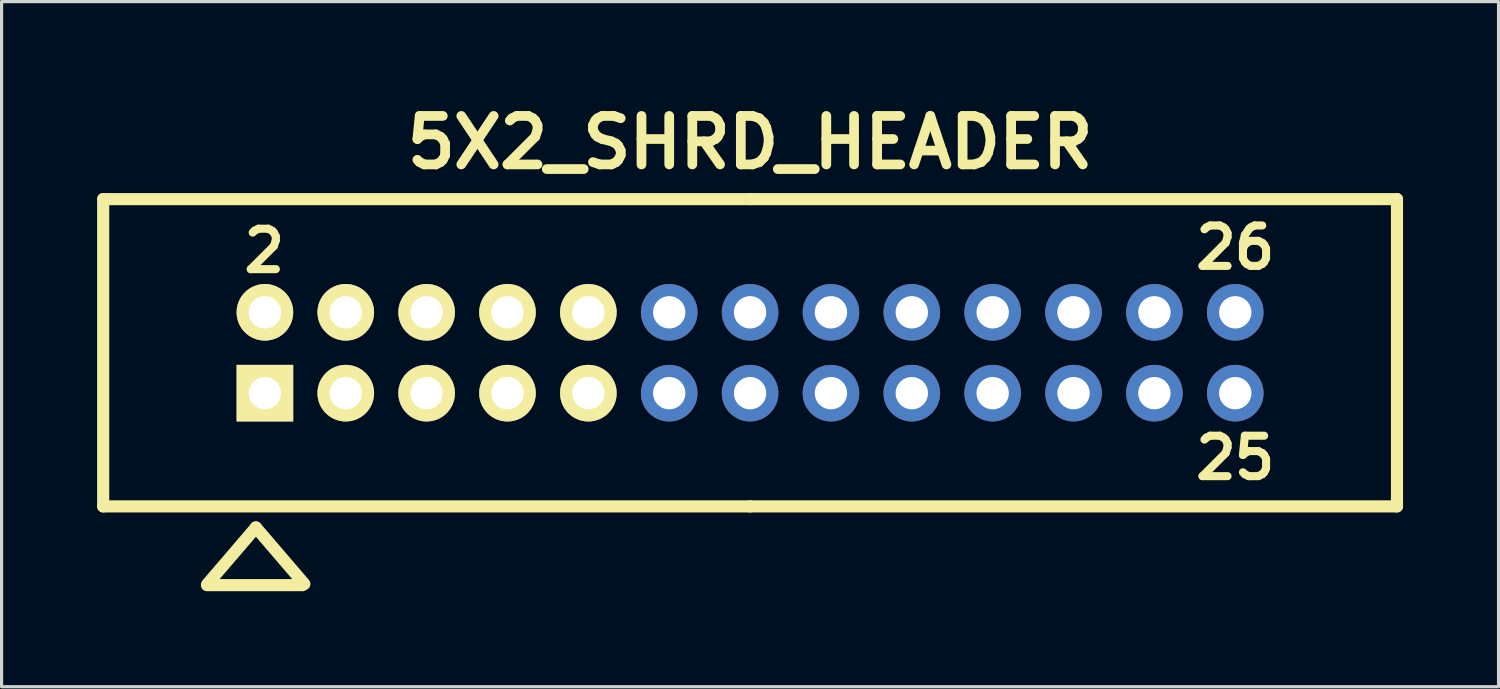
<source format=kicad_pcb>
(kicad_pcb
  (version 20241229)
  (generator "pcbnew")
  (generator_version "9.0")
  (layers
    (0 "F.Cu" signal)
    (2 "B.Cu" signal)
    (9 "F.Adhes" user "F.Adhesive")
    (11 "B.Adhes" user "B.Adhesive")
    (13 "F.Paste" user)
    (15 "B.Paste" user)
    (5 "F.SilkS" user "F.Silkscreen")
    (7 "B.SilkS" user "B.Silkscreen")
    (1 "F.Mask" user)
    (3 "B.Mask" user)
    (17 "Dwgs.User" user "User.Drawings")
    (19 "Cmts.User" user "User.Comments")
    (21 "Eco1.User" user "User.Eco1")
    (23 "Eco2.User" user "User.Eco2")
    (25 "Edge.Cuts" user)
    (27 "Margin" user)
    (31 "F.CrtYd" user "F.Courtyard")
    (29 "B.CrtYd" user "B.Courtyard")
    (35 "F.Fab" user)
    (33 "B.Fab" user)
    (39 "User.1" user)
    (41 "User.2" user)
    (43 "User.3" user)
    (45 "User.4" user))
  (footprint "5X2_SHRD_HEADER"
    (layer "F.Cu")
    (at 20.511 8.03)
    (property "Reference" "5X2_SHRD_HEADER" (at 0 -6.604 0) (layer "F.SilkS") (effects (font (size 1.524 1.524) (thickness 0.305))))
    (attr through_hole)
    (fp_line (start -20.32 -4.826) (end 0 -4.826) (stroke (width 0.381) (type solid)) (layer "F.SilkS"))
    (fp_line (start -20.32 4.826) (end -20.32 -4.826) (stroke (width 0.381) (type solid)) (layer "F.SilkS"))
    (fp_line (start -17.061 7.3) (end -14.059 7.3) (stroke (width 0.381) (type solid)) (layer "F.SilkS"))
    (fp_line (start -15.524 5.489) (end -17.048 7.267) (stroke (width 0.381) (type solid)) (layer "F.SilkS"))
    (fp_line (start -14 7.264) (end -15.524 5.486) (stroke (width 0.381) (type solid)) (layer "F.SilkS"))
    (fp_line (start 0 -4.826) (end 20.32 -4.826) (stroke (width 0.381) (type solid)) (layer "F.SilkS"))
    (fp_line (start 0 4.826) (end -20.32 4.826) (stroke (width 0.381) (type solid)) (layer "F.SilkS"))
    (fp_line (start 0 4.826) (end 20.32 4.826) (stroke (width 0.381) (type solid)) (layer "F.SilkS"))
    (fp_line (start 20.32 -4.826) (end 20.32 4.826) (stroke (width 0.381) (type solid)) (layer "F.SilkS"))
    (fp_text user "2" (at -15.26 -3.2 0) (layer "F.SilkS") (effects (font (size 1.27 1.27) (thickness 0.254))))
    (fp_text user "25" (at 15.24 3.302 0) (layer "F.SilkS") (effects (font (size 1.27 1.27) (thickness 0.254))))
    (fp_text user "26" (at 15.24 -3.302 0) (layer "F.SilkS") (effects (font (size 1.27 1.27) (thickness 0.254))))
    (pad "1" thru_hole rect (at -15.24 1.27) (size 1.778 1.778) (drill 1.016) (layers "*.Cu" "*.Mask" "F.SilkS"))
    (pad "2" thru_hole circle (at -15.24 -1.27) (size 1.778 1.778) (drill 1.016) (layers "*.Cu" "*.Mask" "F.SilkS"))
    (pad "3" thru_hole circle (at -12.7 1.27) (size 1.778 1.778) (drill 1.016) (layers "*.Cu" "*.Mask" "F.SilkS"))
    (pad "4" thru_hole circle (at -12.7 -1.27) (size 1.778 1.778) (drill 1.016) (layers "*.Cu" "*.Mask" "F.SilkS"))
    (pad "5" thru_hole circle (at -10.16 1.27) (size 1.778 1.778) (drill 1.016) (layers "*.Cu" "*.Mask" "F.SilkS"))
    (pad "6" thru_hole circle (at -10.16 -1.27) (size 1.778 1.778) (drill 1.016) (layers "*.Cu" "*.Mask" "F.SilkS"))
    (pad "7" thru_hole circle (at -7.62 1.27) (size 1.778 1.778) (drill 1.016) (layers "*.Cu" "*.Mask" "F.SilkS"))
    (pad "8" thru_hole circle (at -7.62 -1.27) (size 1.778 1.778) (drill 1.016) (layers "*.Cu" "*.Mask" "F.SilkS"))
    (pad "9" thru_hole circle (at -5.08 1.27) (size 1.778 1.778) (drill 1.016) (layers "*.Cu" "*.Mask" "F.SilkS"))
    (pad "10" thru_hole circle (at -5.08 -1.27) (size 1.778 1.778) (drill 1.016) (layers "*.Cu" "*.Mask" "F.SilkS"))
    (pad "11" thru_hole circle (at -2.54 1.27) (size 1.778 1.778) (drill 1.016) (layers "*.Cu" "*.Mask"))
    (pad "12" thru_hole circle (at -2.54 -1.27) (size 1.778 1.778) (drill 1.016) (layers "*.Cu" "*.Mask"))
    (pad "13" thru_hole circle (at 0 1.27) (size 1.778 1.778) (drill 1.016) (layers "*.Cu" "*.Mask"))
    (pad "14" thru_hole circle (at 0 -1.27) (size 1.778 1.778) (drill 1.016) (layers "*.Cu" "*.Mask"))
    (pad "15" thru_hole circle (at 2.54 1.27) (size 1.778 1.778) (drill 1.016) (layers "*.Cu" "*.Mask"))
    (pad "16" thru_hole circle (at 2.54 -1.27) (size 1.778 1.778) (drill 1.016) (layers "*.Cu" "*.Mask"))
    (pad "17" thru_hole circle (at 5.08 1.27) (size 1.778 1.778) (drill 1.016) (layers "*.Cu" "*.Mask"))
    (pad "18" thru_hole circle (at 5.08 -1.27) (size 1.778 1.778) (drill 1.016) (layers "*.Cu" "*.Mask"))
    (pad "19" thru_hole circle (at 7.62 1.27) (size 1.778 1.778) (drill 1.016) (layers "*.Cu" "*.Mask"))
    (pad "20" thru_hole circle (at 7.62 -1.27) (size 1.778 1.778) (drill 1.016) (layers "*.Cu" "*.Mask"))
    (pad "21" thru_hole circle (at 10.16 1.27) (size 1.778 1.778) (drill 1.016) (layers "*.Cu" "*.Mask"))
    (pad "22" thru_hole circle (at 10.16 -1.27) (size 1.778 1.778) (drill 1.016) (layers "*.Cu" "*.Mask"))
    (pad "23" thru_hole circle (at 12.7 1.27) (size 1.778 1.778) (drill 1.016) (layers "*.Cu" "*.Mask"))
    (pad "24" thru_hole circle (at 12.7 -1.27) (size 1.778 1.778) (drill 1.016) (layers "*.Cu" "*.Mask"))
    (pad "25" thru_hole circle (at 15.24 1.27) (size 1.778 1.778) (drill 1.016) (layers "*.Cu" "*.Mask"))
    (pad "26" thru_hole circle (at 15.24 -1.27) (size 1.778 1.778) (drill 1.016) (layers "*.Cu" "*.Mask")))
  (gr_rect
    (start -3 -3)
    (end 44.021 18.521)
    (stroke (width 0.1) (type default))
    (fill no)
    (layer "Edge.Cuts")))
</source>
